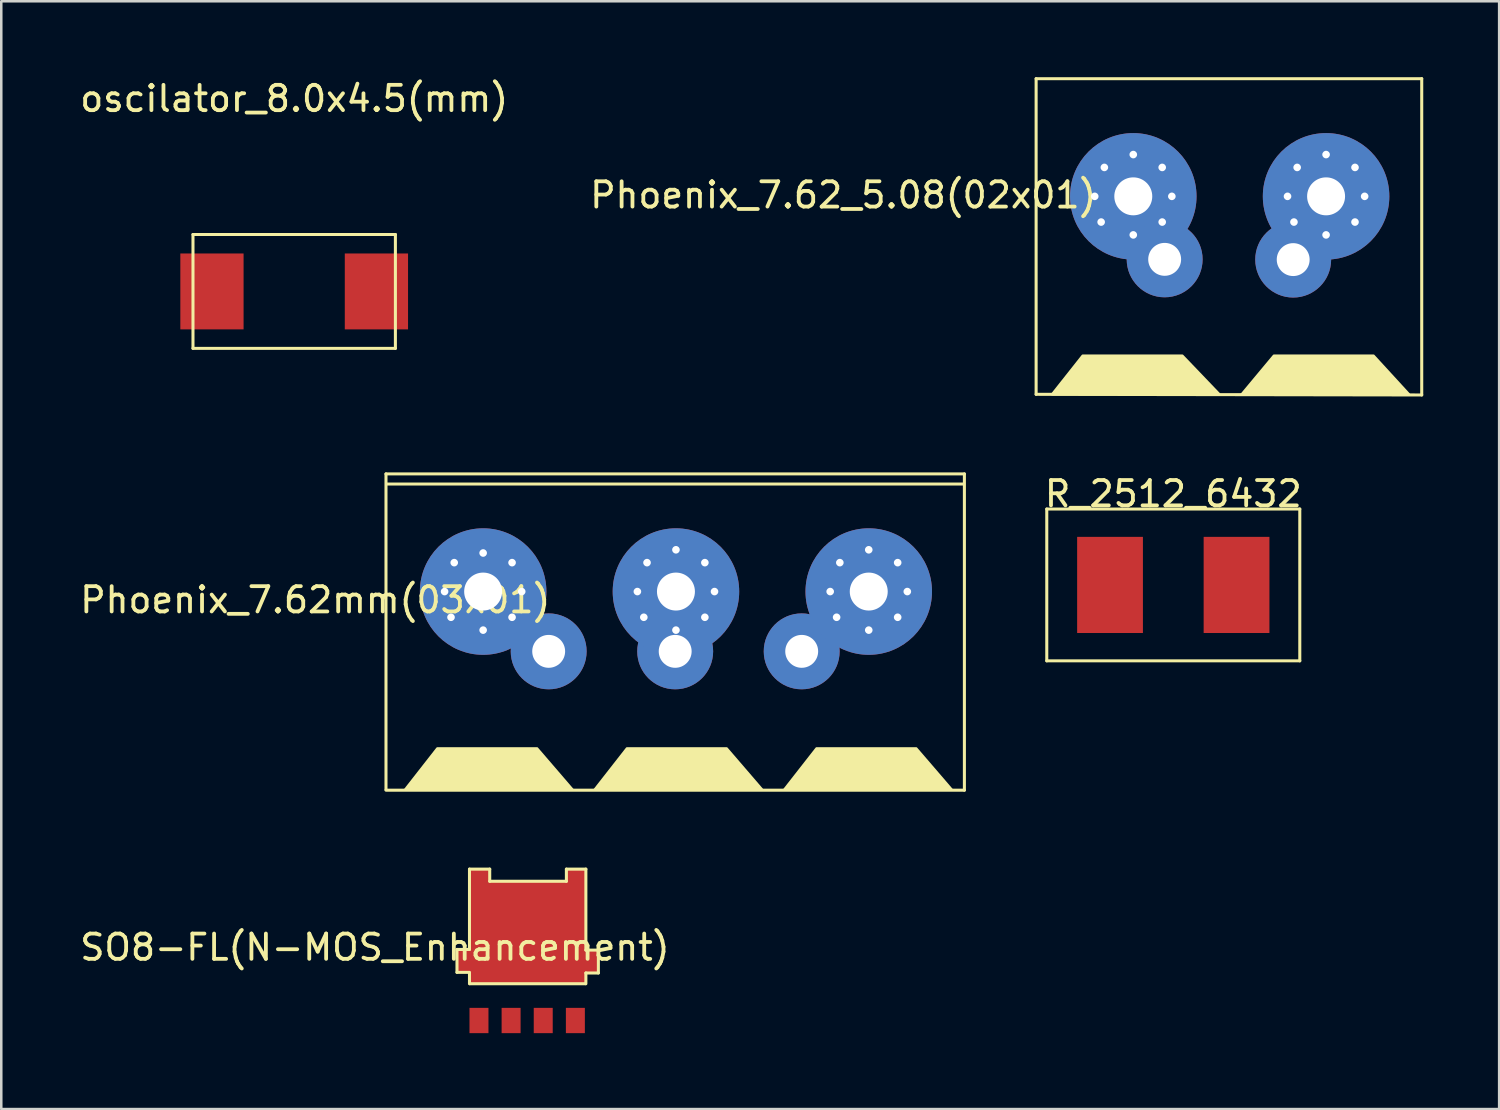
<source format=kicad_pcb>
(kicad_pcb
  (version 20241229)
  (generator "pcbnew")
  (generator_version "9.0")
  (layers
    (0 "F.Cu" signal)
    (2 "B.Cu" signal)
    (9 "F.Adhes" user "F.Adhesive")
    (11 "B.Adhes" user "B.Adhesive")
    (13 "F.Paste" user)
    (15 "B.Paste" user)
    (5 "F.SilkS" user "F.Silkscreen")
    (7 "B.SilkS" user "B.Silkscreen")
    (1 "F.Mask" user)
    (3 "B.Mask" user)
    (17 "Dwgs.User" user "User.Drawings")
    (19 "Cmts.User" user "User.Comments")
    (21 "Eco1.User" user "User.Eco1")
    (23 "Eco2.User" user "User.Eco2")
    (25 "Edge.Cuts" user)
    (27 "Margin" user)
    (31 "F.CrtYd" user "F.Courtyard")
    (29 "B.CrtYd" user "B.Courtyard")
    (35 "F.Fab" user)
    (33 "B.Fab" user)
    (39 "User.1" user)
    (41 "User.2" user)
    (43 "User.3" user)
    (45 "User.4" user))
  (footprint "Phoenix_7.62mm(03x01)"
    (layer "F.Cu")
    (at 23.635 20.28)
    (property "Reference" "Phoenix_7.62mm(03x01)" (at -14.224 0.381 0) (layer "F.SilkS") (effects (font (size 1 1) (thickness 0.15))))
    (attr through_hole)
    (fp_line (start -11.43 -4.6) (end -11.43 7.874) (stroke (width 0.12) (type solid)) (layer "F.SilkS"))
    (fp_line (start -11.43 7.9) (end 11.43 7.9) (stroke (width 0.12) (type solid)) (layer "F.SilkS"))
    (fp_line (start 11.4 -4.2) (end -11.4 -4.2) (stroke (width 0.12) (type solid)) (layer "F.SilkS"))
    (fp_line (start 11.43 -4.6) (end -11.43 -4.6) (stroke (width 0.12) (type solid)) (layer "F.SilkS"))
    (fp_line (start 11.43 7.9) (end 11.43 -4.6) (stroke (width 0.12) (type solid)) (layer "F.SilkS"))
    (fp_poly (pts (xy -10.668 7.874) (xy -9.398 6.25) (xy -5.461 6.25) (xy -4.064 7.874)) (stroke (width 0.1) (type solid)) (fill yes) (layer "F.SilkS"))
    (fp_poly (pts (xy -3.175 7.874) (xy -1.905 6.25) (xy 2.032 6.25) (xy 3.429 7.874)) (stroke (width 0.1) (type solid)) (fill yes) (layer "F.SilkS"))
    (fp_poly (pts (xy 4.318 7.874) (xy 5.588 6.25) (xy 9.525 6.25) (xy 10.922 7.874)) (stroke (width 0.1) (type solid)) (fill yes) (layer "F.SilkS"))
    (pad "1" thru_hole circle (at -9.114 0.05) (size 0.4 0.4) (drill 0.3) (layers "*.Cu"))
    (pad "1" thru_hole circle (at -8.86 1.066) (size 0.4 0.4) (drill 0.3) (layers "*.Cu"))
    (pad "1" thru_hole circle (at -8.733 -1.093) (size 0.4 0.4) (drill 0.3) (layers "*.Cu"))
    (pad "1" thru_hole circle (at -7.59 -1.474) (size 0.4 0.4) (drill 0.3) (layers "*.Cu"))
    (pad "1" thru_hole circle (at -7.59 0.05) (size 5 5) (drill 1.5) (layers "*.Cu" "*.Mask"))
    (pad "1" thru_hole circle (at -7.59 1.574) (size 0.4 0.4) (drill 0.3) (layers "*.Cu"))
    (pad "1" thru_hole circle (at -6.447 -1.093) (size 0.4 0.4) (drill 0.3) (layers "*.Cu"))
    (pad "1" thru_hole circle (at -6.447 1.066) (size 0.4 0.4) (drill 0.3) (layers "*.Cu"))
    (pad "1" thru_hole circle (at -6.066 0.05) (size 0.4 0.4) (drill 0.3) (layers "*.Cu"))
    (pad "1" thru_hole circle (at -5 2.413) (size 3 3) (drill 1.3) (layers "*.Cu" "*.Mask"))
    (pad "2" thru_hole circle (at -1.494 0.05) (size 0.4 0.4) (drill 0.3) (layers "*.Cu"))
    (pad "2" thru_hole circle (at -1.24 1.066) (size 0.4 0.4) (drill 0.3) (layers "*.Cu"))
    (pad "2" thru_hole circle (at -1.113 -1.093) (size 0.4 0.4) (drill 0.3) (layers "*.Cu"))
    (pad "2" thru_hole circle (at 0 2.413) (size 3 3) (drill 1.3) (layers "*.Cu" "*.Mask"))
    (pad "2" thru_hole circle (at 0.03 -1.601) (size 0.4 0.4) (drill 0.3) (layers "*.Cu"))
    (pad "2" thru_hole circle (at 0.03 0.05) (size 5 5) (drill 1.5) (layers "*.Cu" "*.Mask"))
    (pad "2" thru_hole circle (at 0.03 1.574) (size 0.4 0.4) (drill 0.3) (layers "*.Cu"))
    (pad "2" thru_hole circle (at 1.173 -1.093) (size 0.4 0.4) (drill 0.3) (layers "*.Cu"))
    (pad "2" thru_hole circle (at 1.173 1.066) (size 0.4 0.4) (drill 0.3) (layers "*.Cu"))
    (pad "2" thru_hole circle (at 1.554 0.05) (size 0.4 0.4) (drill 0.3) (layers "*.Cu"))
    (pad "3" thru_hole circle (at 5 2.413) (size 3 3) (drill 1.3) (layers "*.Cu" "*.Mask"))
    (pad "3" thru_hole circle (at 6.126 0.05) (size 0.4 0.4) (drill 0.3) (layers "*.Cu"))
    (pad "3" thru_hole circle (at 6.38 1.066) (size 0.4 0.4) (drill 0.3) (layers "*.Cu"))
    (pad "3" thru_hole circle (at 6.507 -1.093) (size 0.4 0.4) (drill 0.3) (layers "*.Cu"))
    (pad "3" thru_hole circle (at 7.65 -1.601) (size 0.4 0.4) (drill 0.3) (layers "*.Cu"))
    (pad "3" thru_hole circle (at 7.65 0.05) (size 5 5) (drill 1.5) (layers "*.Cu" "*.Mask"))
    (pad "3" thru_hole circle (at 7.65 1.574) (size 0.4 0.4) (drill 0.3) (layers "*.Cu"))
    (pad "3" thru_hole circle (at 8.793 -1.093) (size 0.4 0.4) (drill 0.3) (layers "*.Cu"))
    (pad "3" thru_hole circle (at 8.793 1.066) (size 0.4 0.4) (drill 0.3) (layers "*.Cu"))
    (pad "3" thru_hole circle (at 9.174 0.05) (size 0.4 0.4) (drill 0.3) (layers "*.Cu")))
  (footprint "SO8-FL(N-MOS_Enhancement)"
    (layer "F.Cu")
    (at 17.768 34.791)
    (property "Reference" "SO8-FL(N-MOS_Enhancement)" (at -6 -0.4 0) (layer "F.SilkS") (effects (font (size 1 1) (thickness 0.15))))
    (attr through_hole)
    (fp_line (start -2.757 -0.316) (end -2.263 -0.316) (stroke (width 0.12) (type solid)) (layer "F.SilkS"))
    (fp_line (start -2.757 0.589) (end -2.757 -0.316) (stroke (width 0.12) (type solid)) (layer "F.SilkS"))
    (fp_line (start -2.263 -0.316) (end -2.263 -3.491) (stroke (width 0.12) (type solid)) (layer "F.SilkS"))
    (fp_line (start -2.263 0.589) (end -2.757 0.589) (stroke (width 0.12) (type solid)) (layer "F.SilkS"))
    (fp_line (start -2.263 1.039) (end -2.263 0.614) (stroke (width 0.12) (type solid)) (layer "F.SilkS"))
    (fp_line (start -2.243 1.039) (end 2.317 1.039) (stroke (width 0.12) (type solid)) (layer "F.SilkS"))
    (fp_line (start -1.463 -3.491) (end -2.263 -3.491) (stroke (width 0.12) (type solid)) (layer "F.SilkS"))
    (fp_line (start -1.463 -3.011) (end -1.463 -3.491) (stroke (width 0.12) (type solid)) (layer "F.SilkS"))
    (fp_line (start 1.567 -3.491) (end 1.567 -3.011) (stroke (width 0.12) (type solid)) (layer "F.SilkS"))
    (fp_line (start 1.567 -3.011) (end -1.463 -3.011) (stroke (width 0.12) (type solid)) (layer "F.SilkS"))
    (fp_line (start 2.337 -3.491) (end 1.567 -3.491) (stroke (width 0.12) (type solid)) (layer "F.SilkS"))
    (fp_line (start 2.337 -0.291) (end 2.337 -3.491) (stroke (width 0.12) (type solid)) (layer "F.SilkS"))
    (fp_line (start 2.337 1.039) (end 2.337 0.614) (stroke (width 0.12) (type solid)) (layer "F.SilkS"))
    (fp_line (start 2.831 -0.291) (end 2.337 -0.291) (stroke (width 0.12) (type solid)) (layer "F.SilkS"))
    (fp_line (start 2.831 0.614) (end 2.337 0.614) (stroke (width 0.12) (type solid)) (layer "F.SilkS"))
    (fp_line (start 2.831 0.614) (end 2.831 -0.291) (stroke (width 0.12) (type solid)) (layer "F.SilkS"))
    (pad "1" smd rect (at -1.888 2.492) (size 0.75 1) (layers "F.Cu" "F.Mask" "F.Paste"))
    (pad "2" smd rect (at -0.618 2.492) (size 0.75 1) (layers "F.Cu" "F.Mask" "F.Paste"))
    (pad "3" smd rect (at 0.652 2.492) (size 0.75 1) (layers "F.Cu" "F.Mask" "F.Paste"))
    (pad "4" smd rect (at 1.922 2.492) (size 0.75 1) (layers "F.Cu" "F.Mask" "F.Paste"))
    (pad "5" smd custom (at -0.2 -2.26) (size 1 1) (layers "F.Cu" "F.Mask" "F.Paste") (options (anchor rect)) (primitives (gr_poly (pts (xy -2.083 3.279) (xy 2.517 3.279) (xy 2.517 2.854) (xy 3.011 2.854) (xy 3.011 1.949) (xy 2.517 1.949) (xy 2.517 -1.251) (xy 1.747 -1.251) (xy 1.747 -0.771) (xy -1.283 -0.771) (xy -1.283 -1.251) (xy -2.083 -1.251) (xy -2.083 1.924) (xy -2.577 1.924) (xy -2.577 2.829) (xy -2.083 2.829)) (width 0.02) (fill yes)) (gr_poly (pts (xy -2.083 3.279) (xy 2.517 3.279) (xy 2.517 2.854) (xy 3.011 2.854) (xy 3.011 1.949) (xy 2.517 1.949) (xy 2.517 -1.251) (xy 1.747 -1.251) (xy 1.747 -0.771) (xy -1.283 -0.771) (xy -1.283 -1.251) (xy -2.083 -1.251) (xy -2.083 1.924) (xy -2.577 1.924) (xy -2.577 2.829) (xy -2.083 2.829)) (width 0.02) (fill yes)))))
  (footprint "oscilator_8.0x4.5(mm)"
    (layer "F.Cu")
    (at 8.577 8.468)
    (property "Reference" "oscilator_8.0x4.5(mm)" (at 0 -7.62 0) (layer "F.SilkS") (effects (font (size 1 1) (thickness 0.15))))
    (attr through_hole)
    (fp_line (start -4 -2.25) (end 4 -2.25) (stroke (width 0.12) (type solid)) (layer "F.SilkS"))
    (fp_line (start -4 2.25) (end -4 -2.25) (stroke (width 0.12) (type solid)) (layer "F.SilkS"))
    (fp_line (start 4 -2.25) (end 4 2.25) (stroke (width 0.12) (type solid)) (layer "F.SilkS"))
    (fp_line (start 4 2.25) (end -4 2.25) (stroke (width 0.12) (type solid)) (layer "F.SilkS"))
    (pad "1" smd rect (at 3.25 0) (size 2.5 3) (layers "F.Cu" "F.Mask" "F.Paste"))
    (pad "2" smd rect (at -3.25 0) (size 2.5 3) (layers "F.Cu" "F.Mask" "F.Paste")))
  (footprint "R_2512_6432"
    (layer "F.Cu")
    (at 43.321 20.068)
    (property "Reference" "R_2512_6432" (at 0 -3.6 0) (layer "F.SilkS") (effects (font (size 1 1) (thickness 0.15))))
    (attr through_hole)
    (fp_line (start -5 -3) (end 5 -3) (stroke (width 0.12) (type solid)) (layer "F.SilkS"))
    (fp_line (start -5 3) (end -5 -3) (stroke (width 0.12) (type solid)) (layer "F.SilkS"))
    (fp_line (start 5 -3) (end 5 3) (stroke (width 0.12) (type solid)) (layer "F.SilkS"))
    (fp_line (start 5 3) (end -5 3) (stroke (width 0.12) (type solid)) (layer "F.SilkS"))
    (pad "1" smd rect (at -2.5 0) (size 2.6 3.8) (layers "F.Cu" "F.Mask" "F.Paste"))
    (pad "2" smd rect (at 2.5 0) (size 2.6 3.8) (layers "F.Cu" "F.Mask" "F.Paste")))
  (footprint "Phoenix_7.62_5.08(02x01)"
    (layer "F.Cu")
    (at 45.52 4.66)
    (property "Reference" "Phoenix_7.62_5.08(02x01)" (at -15.24 0 0) (layer "F.SilkS") (effects (font (size 1 1) (thickness 0.15))))
    (attr through_hole)
    (fp_line (start -7.62 -4.6) (end -7.62 7.874) (stroke (width 0.12) (type solid)) (layer "F.SilkS"))
    (fp_line (start -7.62 7.874) (end 7.62 7.9) (stroke (width 0.12) (type solid)) (layer "F.SilkS"))
    (fp_line (start 7.62 -4.6) (end -7.62 -4.6) (stroke (width 0.12) (type solid)) (layer "F.SilkS"))
    (fp_line (start 7.62 7.9) (end 7.62 -4.6) (stroke (width 0.12) (type solid)) (layer "F.SilkS"))
    (fp_poly (pts (xy -6.985 7.874) (xy -5.779 6.35) (xy -1.841 6.35) (xy -0.381 7.874)) (stroke (width 0.1) (type solid)) (fill yes) (layer "F.SilkS"))
    (fp_poly (pts (xy 0.508 7.874) (xy 1.778 6.35) (xy 5.715 6.35) (xy 7.112 7.874)) (stroke (width 0.1) (type solid)) (fill yes) (layer "F.SilkS"))
    (pad "1" thru_hole circle (at -5.304 0.05) (size 0.4 0.4) (drill 0.3) (layers "*.Cu"))
    (pad "1" thru_hole circle (at -5.05 1.066) (size 0.4 0.4) (drill 0.3) (layers "*.Cu"))
    (pad "1" thru_hole circle (at -4.923 -1.093) (size 0.4 0.4) (drill 0.3) (layers "*.Cu"))
    (pad "1" thru_hole circle (at -3.78 -1.601) (size 0.4 0.4) (drill 0.3) (layers "*.Cu"))
    (pad "1" thru_hole circle (at -3.78 0.05) (size 5 5) (drill 1.5) (layers "*.Cu" "*.Mask"))
    (pad "1" thru_hole circle (at -3.78 1.574) (size 0.4 0.4) (drill 0.3) (layers "*.Cu"))
    (pad "1" thru_hole circle (at -2.637 -1.093) (size 0.4 0.4) (drill 0.3) (layers "*.Cu"))
    (pad "1" thru_hole circle (at -2.637 1.066) (size 0.4 0.4) (drill 0.3) (layers "*.Cu"))
    (pad "1" thru_hole circle (at -2.54 2.54) (size 3 3) (drill 1.3) (layers "*.Cu" "*.Mask"))
    (pad "1" thru_hole circle (at -2.256 0.05) (size 0.4 0.4) (drill 0.3) (layers "*.Cu"))
    (pad "2" thru_hole circle (at 2.316 0.05) (size 0.4 0.4) (drill 0.3) (layers "*.Cu"))
    (pad "2" thru_hole circle (at 2.54 2.55) (size 3 3) (drill 1.3) (layers "*.Cu" "*.Mask"))
    (pad "2" thru_hole circle (at 2.57 1.066) (size 0.4 0.4) (drill 0.3) (layers "*.Cu"))
    (pad "2" thru_hole circle (at 2.697 -1.093) (size 0.4 0.4) (drill 0.3) (layers "*.Cu"))
    (pad "2" thru_hole circle (at 3.84 -1.601) (size 0.4 0.4) (drill 0.3) (layers "*.Cu"))
    (pad "2" thru_hole circle (at 3.84 0.05) (size 5 5) (drill 1.5) (layers "*.Cu" "*.Mask"))
    (pad "2" thru_hole circle (at 3.84 1.574) (size 0.4 0.4) (drill 0.3) (layers "*.Cu"))
    (pad "2" thru_hole circle (at 4.983 -1.093) (size 0.4 0.4) (drill 0.3) (layers "*.Cu"))
    (pad "2" thru_hole circle (at 4.983 1.066) (size 0.4 0.4) (drill 0.3) (layers "*.Cu"))
    (pad "2" thru_hole circle (at 5.364 0.05) (size 0.4 0.4) (drill 0.3) (layers "*.Cu")))
  (gr_rect
    (start -3 -3)
    (end 56.2 40.783)
    (stroke (width 0.1) (type default))
    (fill no)
    (layer "Edge.Cuts")))
</source>
